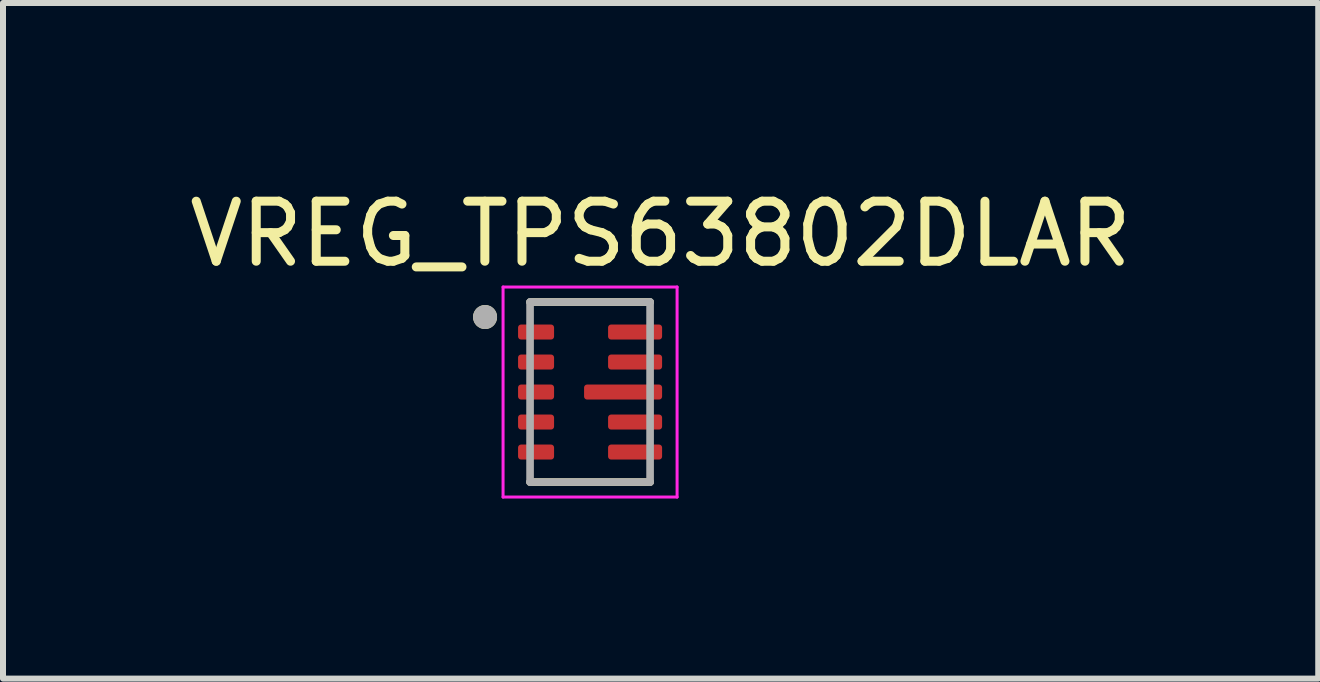
<source format=kicad_pcb>
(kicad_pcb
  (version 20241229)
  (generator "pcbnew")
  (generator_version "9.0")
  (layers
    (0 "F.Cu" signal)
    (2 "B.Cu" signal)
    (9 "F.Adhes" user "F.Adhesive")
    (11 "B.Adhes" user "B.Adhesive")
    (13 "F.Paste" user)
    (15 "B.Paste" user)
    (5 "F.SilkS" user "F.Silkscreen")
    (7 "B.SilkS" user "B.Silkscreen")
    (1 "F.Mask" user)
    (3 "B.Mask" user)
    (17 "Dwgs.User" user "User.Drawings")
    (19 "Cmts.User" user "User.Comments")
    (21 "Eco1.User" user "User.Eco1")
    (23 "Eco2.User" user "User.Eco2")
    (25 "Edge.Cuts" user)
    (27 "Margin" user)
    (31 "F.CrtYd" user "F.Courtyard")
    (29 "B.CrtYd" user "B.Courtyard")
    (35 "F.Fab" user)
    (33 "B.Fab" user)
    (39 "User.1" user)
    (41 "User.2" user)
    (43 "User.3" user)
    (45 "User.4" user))
  (footprint "VREG_TPS63802DLAR"
    (layer "F.Cu")
    (at 6.783 3.483)
    (property "Reference" "VREG_TPS63802DLAR" (at 1.175 -2.635 0) (layer "F.SilkS") (effects (font (size 1 1) (thickness 0.15))))
    (attr smd)
    (fp_poly (pts (xy -0.53 -1.075) (xy -0.53 -0.925) (xy -0.53 -0.919) (xy -0.531 -0.912) (xy -0.531 -0.906) (xy -0.533 -0.9) (xy -0.534 -0.894) (xy -0.536 -0.888) (xy -0.538 -0.882) (xy -0.54 -0.876) (xy -0.543 -0.871) (xy -0.546 -0.865) (xy -0.549 -0.86) (xy -0.553 -0.854) (xy -0.557 -0.849) (xy -0.561 -0.845) (xy -0.565 -0.84) (xy -0.57 -0.836) (xy -0.574 -0.832) (xy -0.579 -0.828) (xy -0.585 -0.824) (xy -0.59 -0.821) (xy -0.596 -0.818) (xy -0.601 -0.815) (xy -0.607 -0.813) (xy -0.613 -0.811) (xy -0.619 -0.809) (xy -0.625 -0.808) (xy -0.631 -0.806) (xy -0.637 -0.806) (xy -0.644 -0.805) (xy -0.65 -0.805) (xy -1.15 -0.805) (xy -1.156 -0.805) (xy -1.163 -0.806) (xy -1.169 -0.806) (xy -1.175 -0.808) (xy -1.181 -0.809) (xy -1.187 -0.811) (xy -1.193 -0.813) (xy -1.199 -0.815) (xy -1.204 -0.818) (xy -1.21 -0.821) (xy -1.215 -0.824) (xy -1.221 -0.828) (xy -1.226 -0.832) (xy -1.23 -0.836) (xy -1.235 -0.84) (xy -1.239 -0.845) (xy -1.243 -0.849) (xy -1.247 -0.854) (xy -1.251 -0.86) (xy -1.254 -0.865) (xy -1.257 -0.871) (xy -1.26 -0.876) (xy -1.262 -0.882) (xy -1.264 -0.888) (xy -1.266 -0.894) (xy -1.267 -0.9) (xy -1.269 -0.906) (xy -1.269 -0.912) (xy -1.27 -0.919) (xy -1.27 -0.925) (xy -1.27 -1.075) (xy -1.27 -1.081) (xy -1.269 -1.088) (xy -1.269 -1.094) (xy -1.267 -1.1) (xy -1.266 -1.106) (xy -1.264 -1.112) (xy -1.262 -1.118) (xy -1.26 -1.124) (xy -1.257 -1.129) (xy -1.254 -1.135) (xy -1.251 -1.14) (xy -1.247 -1.146) (xy -1.243 -1.151) (xy -1.239 -1.155) (xy -1.235 -1.16) (xy -1.23 -1.164) (xy -1.226 -1.168) (xy -1.221 -1.172) (xy -1.215 -1.176) (xy -1.21 -1.179) (xy -1.204 -1.182) (xy -1.199 -1.185) (xy -1.193 -1.187) (xy -1.187 -1.189) (xy -1.181 -1.191) (xy -1.175 -1.192) (xy -1.169 -1.194) (xy -1.163 -1.194) (xy -1.156 -1.195) (xy -1.15 -1.195) (xy -0.65 -1.195) (xy -0.644 -1.195) (xy -0.637 -1.194) (xy -0.631 -1.194) (xy -0.625 -1.192) (xy -0.619 -1.191) (xy -0.613 -1.189) (xy -0.607 -1.187) (xy -0.601 -1.185) (xy -0.596 -1.182) (xy -0.59 -1.179) (xy -0.585 -1.176) (xy -0.579 -1.172) (xy -0.574 -1.168) (xy -0.57 -1.164) (xy -0.565 -1.16) (xy -0.561 -1.155) (xy -0.557 -1.151) (xy -0.553 -1.146) (xy -0.549 -1.14) (xy -0.546 -1.135) (xy -0.543 -1.129) (xy -0.54 -1.124) (xy -0.538 -1.118) (xy -0.536 -1.112) (xy -0.534 -1.106) (xy -0.533 -1.1) (xy -0.531 -1.094) (xy -0.531 -1.088) (xy -0.53 -1.081) (xy -0.53 -1.075)) (stroke (width 0.01) (type solid)) (fill yes) (layer "F.Mask"))
    (fp_poly (pts (xy -0.53 -0.575) (xy -0.53 -0.425) (xy -0.53 -0.419) (xy -0.531 -0.412) (xy -0.531 -0.406) (xy -0.533 -0.4) (xy -0.534 -0.394) (xy -0.536 -0.388) (xy -0.538 -0.382) (xy -0.54 -0.376) (xy -0.543 -0.371) (xy -0.546 -0.365) (xy -0.549 -0.36) (xy -0.553 -0.354) (xy -0.557 -0.349) (xy -0.561 -0.345) (xy -0.565 -0.34) (xy -0.57 -0.336) (xy -0.574 -0.332) (xy -0.579 -0.328) (xy -0.585 -0.324) (xy -0.59 -0.321) (xy -0.596 -0.318) (xy -0.601 -0.315) (xy -0.607 -0.313) (xy -0.613 -0.311) (xy -0.619 -0.309) (xy -0.625 -0.308) (xy -0.631 -0.306) (xy -0.637 -0.306) (xy -0.644 -0.305) (xy -0.65 -0.305) (xy -1.15 -0.305) (xy -1.156 -0.305) (xy -1.163 -0.306) (xy -1.169 -0.306) (xy -1.175 -0.308) (xy -1.181 -0.309) (xy -1.187 -0.311) (xy -1.193 -0.313) (xy -1.199 -0.315) (xy -1.204 -0.318) (xy -1.21 -0.321) (xy -1.215 -0.324) (xy -1.221 -0.328) (xy -1.226 -0.332) (xy -1.23 -0.336) (xy -1.235 -0.34) (xy -1.239 -0.345) (xy -1.243 -0.349) (xy -1.247 -0.354) (xy -1.251 -0.36) (xy -1.254 -0.365) (xy -1.257 -0.371) (xy -1.26 -0.376) (xy -1.262 -0.382) (xy -1.264 -0.388) (xy -1.266 -0.394) (xy -1.267 -0.4) (xy -1.269 -0.406) (xy -1.269 -0.412) (xy -1.27 -0.419) (xy -1.27 -0.425) (xy -1.27 -0.575) (xy -1.27 -0.581) (xy -1.269 -0.588) (xy -1.269 -0.594) (xy -1.267 -0.6) (xy -1.266 -0.606) (xy -1.264 -0.612) (xy -1.262 -0.618) (xy -1.26 -0.624) (xy -1.257 -0.629) (xy -1.254 -0.635) (xy -1.251 -0.64) (xy -1.247 -0.646) (xy -1.243 -0.651) (xy -1.239 -0.655) (xy -1.235 -0.66) (xy -1.23 -0.664) (xy -1.226 -0.668) (xy -1.221 -0.672) (xy -1.215 -0.676) (xy -1.21 -0.679) (xy -1.204 -0.682) (xy -1.199 -0.685) (xy -1.193 -0.687) (xy -1.187 -0.689) (xy -1.181 -0.691) (xy -1.175 -0.692) (xy -1.169 -0.694) (xy -1.163 -0.694) (xy -1.156 -0.695) (xy -1.15 -0.695) (xy -0.65 -0.695) (xy -0.644 -0.695) (xy -0.637 -0.694) (xy -0.631 -0.694) (xy -0.625 -0.692) (xy -0.619 -0.691) (xy -0.613 -0.689) (xy -0.607 -0.687) (xy -0.601 -0.685) (xy -0.596 -0.682) (xy -0.59 -0.679) (xy -0.585 -0.676) (xy -0.579 -0.672) (xy -0.574 -0.668) (xy -0.57 -0.664) (xy -0.565 -0.66) (xy -0.561 -0.655) (xy -0.557 -0.651) (xy -0.553 -0.646) (xy -0.549 -0.64) (xy -0.546 -0.635) (xy -0.543 -0.629) (xy -0.54 -0.624) (xy -0.538 -0.618) (xy -0.536 -0.612) (xy -0.534 -0.606) (xy -0.533 -0.6) (xy -0.531 -0.594) (xy -0.531 -0.588) (xy -0.53 -0.581) (xy -0.53 -0.575)) (stroke (width 0.01) (type solid)) (fill yes) (layer "F.Mask"))
    (fp_poly (pts (xy -0.53 -0.075) (xy -0.53 0.075) (xy -0.53 0.081) (xy -0.531 0.088) (xy -0.531 0.094) (xy -0.533 0.1) (xy -0.534 0.106) (xy -0.536 0.112) (xy -0.538 0.118) (xy -0.54 0.124) (xy -0.543 0.129) (xy -0.546 0.135) (xy -0.549 0.14) (xy -0.553 0.146) (xy -0.557 0.151) (xy -0.561 0.155) (xy -0.565 0.16) (xy -0.57 0.164) (xy -0.574 0.168) (xy -0.579 0.172) (xy -0.585 0.176) (xy -0.59 0.179) (xy -0.596 0.182) (xy -0.601 0.185) (xy -0.607 0.187) (xy -0.613 0.189) (xy -0.619 0.191) (xy -0.625 0.192) (xy -0.631 0.194) (xy -0.637 0.194) (xy -0.644 0.195) (xy -0.65 0.195) (xy -1.15 0.195) (xy -1.156 0.195) (xy -1.163 0.194) (xy -1.169 0.194) (xy -1.175 0.192) (xy -1.181 0.191) (xy -1.187 0.189) (xy -1.193 0.187) (xy -1.199 0.185) (xy -1.204 0.182) (xy -1.21 0.179) (xy -1.215 0.176) (xy -1.221 0.172) (xy -1.226 0.168) (xy -1.23 0.164) (xy -1.235 0.16) (xy -1.239 0.155) (xy -1.243 0.151) (xy -1.247 0.146) (xy -1.251 0.14) (xy -1.254 0.135) (xy -1.257 0.129) (xy -1.26 0.124) (xy -1.262 0.118) (xy -1.264 0.112) (xy -1.266 0.106) (xy -1.267 0.1) (xy -1.269 0.094) (xy -1.269 0.088) (xy -1.27 0.081) (xy -1.27 0.075) (xy -1.27 -0.075) (xy -1.27 -0.081) (xy -1.269 -0.088) (xy -1.269 -0.094) (xy -1.267 -0.1) (xy -1.266 -0.106) (xy -1.264 -0.112) (xy -1.262 -0.118) (xy -1.26 -0.124) (xy -1.257 -0.129) (xy -1.254 -0.135) (xy -1.251 -0.14) (xy -1.247 -0.146) (xy -1.243 -0.151) (xy -1.239 -0.155) (xy -1.235 -0.16) (xy -1.23 -0.164) (xy -1.226 -0.168) (xy -1.221 -0.172) (xy -1.215 -0.176) (xy -1.21 -0.179) (xy -1.204 -0.182) (xy -1.199 -0.185) (xy -1.193 -0.187) (xy -1.187 -0.189) (xy -1.181 -0.191) (xy -1.175 -0.192) (xy -1.169 -0.194) (xy -1.163 -0.194) (xy -1.156 -0.195) (xy -1.15 -0.195) (xy -0.65 -0.195) (xy -0.644 -0.195) (xy -0.637 -0.194) (xy -0.631 -0.194) (xy -0.625 -0.192) (xy -0.619 -0.191) (xy -0.613 -0.189) (xy -0.607 -0.187) (xy -0.601 -0.185) (xy -0.596 -0.182) (xy -0.59 -0.179) (xy -0.585 -0.176) (xy -0.579 -0.172) (xy -0.574 -0.168) (xy -0.57 -0.164) (xy -0.565 -0.16) (xy -0.561 -0.155) (xy -0.557 -0.151) (xy -0.553 -0.146) (xy -0.549 -0.14) (xy -0.546 -0.135) (xy -0.543 -0.129) (xy -0.54 -0.124) (xy -0.538 -0.118) (xy -0.536 -0.112) (xy -0.534 -0.106) (xy -0.533 -0.1) (xy -0.531 -0.094) (xy -0.531 -0.088) (xy -0.53 -0.081) (xy -0.53 -0.075)) (stroke (width 0.01) (type solid)) (fill yes) (layer "F.Mask"))
    (fp_poly (pts (xy -0.53 0.425) (xy -0.53 0.575) (xy -0.53 0.581) (xy -0.531 0.588) (xy -0.531 0.594) (xy -0.533 0.6) (xy -0.534 0.606) (xy -0.536 0.612) (xy -0.538 0.618) (xy -0.54 0.624) (xy -0.543 0.629) (xy -0.546 0.635) (xy -0.549 0.64) (xy -0.553 0.646) (xy -0.557 0.651) (xy -0.561 0.655) (xy -0.565 0.66) (xy -0.57 0.664) (xy -0.574 0.668) (xy -0.579 0.672) (xy -0.585 0.676) (xy -0.59 0.679) (xy -0.596 0.682) (xy -0.601 0.685) (xy -0.607 0.687) (xy -0.613 0.689) (xy -0.619 0.691) (xy -0.625 0.692) (xy -0.631 0.694) (xy -0.637 0.694) (xy -0.644 0.695) (xy -0.65 0.695) (xy -1.15 0.695) (xy -1.156 0.695) (xy -1.163 0.694) (xy -1.169 0.694) (xy -1.175 0.692) (xy -1.181 0.691) (xy -1.187 0.689) (xy -1.193 0.687) (xy -1.199 0.685) (xy -1.204 0.682) (xy -1.21 0.679) (xy -1.215 0.676) (xy -1.221 0.672) (xy -1.226 0.668) (xy -1.23 0.664) (xy -1.235 0.66) (xy -1.239 0.655) (xy -1.243 0.651) (xy -1.247 0.646) (xy -1.251 0.64) (xy -1.254 0.635) (xy -1.257 0.629) (xy -1.26 0.624) (xy -1.262 0.618) (xy -1.264 0.612) (xy -1.266 0.606) (xy -1.267 0.6) (xy -1.269 0.594) (xy -1.269 0.588) (xy -1.27 0.581) (xy -1.27 0.575) (xy -1.27 0.425) (xy -1.27 0.419) (xy -1.269 0.412) (xy -1.269 0.406) (xy -1.267 0.4) (xy -1.266 0.394) (xy -1.264 0.388) (xy -1.262 0.382) (xy -1.26 0.376) (xy -1.257 0.371) (xy -1.254 0.365) (xy -1.251 0.36) (xy -1.247 0.354) (xy -1.243 0.349) (xy -1.239 0.345) (xy -1.235 0.34) (xy -1.23 0.336) (xy -1.226 0.332) (xy -1.221 0.328) (xy -1.215 0.324) (xy -1.21 0.321) (xy -1.204 0.318) (xy -1.199 0.315) (xy -1.193 0.313) (xy -1.187 0.311) (xy -1.181 0.309) (xy -1.175 0.308) (xy -1.169 0.306) (xy -1.163 0.306) (xy -1.156 0.305) (xy -1.15 0.305) (xy -0.65 0.305) (xy -0.644 0.305) (xy -0.637 0.306) (xy -0.631 0.306) (xy -0.625 0.308) (xy -0.619 0.309) (xy -0.613 0.311) (xy -0.607 0.313) (xy -0.601 0.315) (xy -0.596 0.318) (xy -0.59 0.321) (xy -0.585 0.324) (xy -0.579 0.328) (xy -0.574 0.332) (xy -0.57 0.336) (xy -0.565 0.34) (xy -0.561 0.345) (xy -0.557 0.349) (xy -0.553 0.354) (xy -0.549 0.36) (xy -0.546 0.365) (xy -0.543 0.371) (xy -0.54 0.376) (xy -0.538 0.382) (xy -0.536 0.388) (xy -0.534 0.394) (xy -0.533 0.4) (xy -0.531 0.406) (xy -0.531 0.412) (xy -0.53 0.419) (xy -0.53 0.425)) (stroke (width 0.01) (type solid)) (fill yes) (layer "F.Mask"))
    (fp_poly (pts (xy -0.53 0.925) (xy -0.53 1.075) (xy -0.53 1.081) (xy -0.531 1.088) (xy -0.531 1.094) (xy -0.533 1.1) (xy -0.534 1.106) (xy -0.536 1.112) (xy -0.538 1.118) (xy -0.54 1.124) (xy -0.543 1.129) (xy -0.546 1.135) (xy -0.549 1.14) (xy -0.553 1.146) (xy -0.557 1.151) (xy -0.561 1.155) (xy -0.565 1.16) (xy -0.57 1.164) (xy -0.574 1.168) (xy -0.579 1.172) (xy -0.585 1.176) (xy -0.59 1.179) (xy -0.596 1.182) (xy -0.601 1.185) (xy -0.607 1.187) (xy -0.613 1.189) (xy -0.619 1.191) (xy -0.625 1.192) (xy -0.631 1.194) (xy -0.637 1.194) (xy -0.644 1.195) (xy -0.65 1.195) (xy -1.15 1.195) (xy -1.156 1.195) (xy -1.163 1.194) (xy -1.169 1.194) (xy -1.175 1.192) (xy -1.181 1.191) (xy -1.187 1.189) (xy -1.193 1.187) (xy -1.199 1.185) (xy -1.204 1.182) (xy -1.21 1.179) (xy -1.215 1.176) (xy -1.221 1.172) (xy -1.226 1.168) (xy -1.23 1.164) (xy -1.235 1.16) (xy -1.239 1.155) (xy -1.243 1.151) (xy -1.247 1.146) (xy -1.251 1.14) (xy -1.254 1.135) (xy -1.257 1.129) (xy -1.26 1.124) (xy -1.262 1.118) (xy -1.264 1.112) (xy -1.266 1.106) (xy -1.267 1.1) (xy -1.269 1.094) (xy -1.269 1.088) (xy -1.27 1.081) (xy -1.27 1.075) (xy -1.27 0.925) (xy -1.27 0.919) (xy -1.269 0.912) (xy -1.269 0.906) (xy -1.267 0.9) (xy -1.266 0.894) (xy -1.264 0.888) (xy -1.262 0.882) (xy -1.26 0.876) (xy -1.257 0.871) (xy -1.254 0.865) (xy -1.251 0.86) (xy -1.247 0.854) (xy -1.243 0.849) (xy -1.239 0.845) (xy -1.235 0.84) (xy -1.23 0.836) (xy -1.226 0.832) (xy -1.221 0.828) (xy -1.215 0.824) (xy -1.21 0.821) (xy -1.204 0.818) (xy -1.199 0.815) (xy -1.193 0.813) (xy -1.187 0.811) (xy -1.181 0.809) (xy -1.175 0.808) (xy -1.169 0.806) (xy -1.163 0.806) (xy -1.156 0.805) (xy -1.15 0.805) (xy -0.65 0.805) (xy -0.644 0.805) (xy -0.637 0.806) (xy -0.631 0.806) (xy -0.625 0.808) (xy -0.619 0.809) (xy -0.613 0.811) (xy -0.607 0.813) (xy -0.601 0.815) (xy -0.596 0.818) (xy -0.59 0.821) (xy -0.585 0.824) (xy -0.579 0.828) (xy -0.574 0.832) (xy -0.57 0.836) (xy -0.565 0.84) (xy -0.561 0.845) (xy -0.557 0.849) (xy -0.553 0.854) (xy -0.549 0.86) (xy -0.546 0.865) (xy -0.543 0.871) (xy -0.54 0.876) (xy -0.538 0.882) (xy -0.536 0.888) (xy -0.534 0.894) (xy -0.533 0.9) (xy -0.531 0.906) (xy -0.531 0.912) (xy -0.53 0.919) (xy -0.53 0.925)) (stroke (width 0.01) (type solid)) (fill yes) (layer "F.Mask"))
    (fp_poly (pts (xy 1.27 -1.075) (xy 1.27 -0.925) (xy 1.27 -0.919) (xy 1.269 -0.912) (xy 1.269 -0.906) (xy 1.267 -0.9) (xy 1.266 -0.894) (xy 1.264 -0.888) (xy 1.262 -0.882) (xy 1.26 -0.876) (xy 1.257 -0.871) (xy 1.254 -0.865) (xy 1.251 -0.86) (xy 1.247 -0.854) (xy 1.243 -0.849) (xy 1.239 -0.845) (xy 1.235 -0.84) (xy 1.23 -0.836) (xy 1.226 -0.832) (xy 1.221 -0.828) (xy 1.215 -0.824) (xy 1.21 -0.821) (xy 1.204 -0.818) (xy 1.199 -0.815) (xy 1.193 -0.813) (xy 1.187 -0.811) (xy 1.181 -0.809) (xy 1.175 -0.808) (xy 1.169 -0.806) (xy 1.163 -0.806) (xy 1.156 -0.805) (xy 1.15 -0.805) (xy 0.35 -0.805) (xy 0.344 -0.805) (xy 0.337 -0.806) (xy 0.331 -0.806) (xy 0.325 -0.808) (xy 0.319 -0.809) (xy 0.313 -0.811) (xy 0.307 -0.813) (xy 0.301 -0.815) (xy 0.296 -0.818) (xy 0.29 -0.821) (xy 0.285 -0.824) (xy 0.279 -0.828) (xy 0.274 -0.832) (xy 0.27 -0.836) (xy 0.265 -0.84) (xy 0.261 -0.845) (xy 0.257 -0.849) (xy 0.253 -0.854) (xy 0.249 -0.86) (xy 0.246 -0.865) (xy 0.243 -0.871) (xy 0.24 -0.876) (xy 0.238 -0.882) (xy 0.236 -0.888) (xy 0.234 -0.894) (xy 0.233 -0.9) (xy 0.231 -0.906) (xy 0.231 -0.912) (xy 0.23 -0.919) (xy 0.23 -0.925) (xy 0.23 -1.075) (xy 0.23 -1.081) (xy 0.231 -1.088) (xy 0.231 -1.094) (xy 0.233 -1.1) (xy 0.234 -1.106) (xy 0.236 -1.112) (xy 0.238 -1.118) (xy 0.24 -1.124) (xy 0.243 -1.129) (xy 0.246 -1.135) (xy 0.249 -1.14) (xy 0.253 -1.146) (xy 0.257 -1.151) (xy 0.261 -1.155) (xy 0.265 -1.16) (xy 0.27 -1.164) (xy 0.274 -1.168) (xy 0.279 -1.172) (xy 0.285 -1.176) (xy 0.29 -1.179) (xy 0.296 -1.182) (xy 0.301 -1.185) (xy 0.307 -1.187) (xy 0.313 -1.189) (xy 0.319 -1.191) (xy 0.325 -1.192) (xy 0.331 -1.194) (xy 0.337 -1.194) (xy 0.344 -1.195) (xy 0.35 -1.195) (xy 1.15 -1.195) (xy 1.156 -1.195) (xy 1.163 -1.194) (xy 1.169 -1.194) (xy 1.175 -1.192) (xy 1.181 -1.191) (xy 1.187 -1.189) (xy 1.193 -1.187) (xy 1.199 -1.185) (xy 1.204 -1.182) (xy 1.21 -1.179) (xy 1.215 -1.176) (xy 1.221 -1.172) (xy 1.226 -1.168) (xy 1.23 -1.164) (xy 1.235 -1.16) (xy 1.239 -1.155) (xy 1.243 -1.151) (xy 1.247 -1.146) (xy 1.251 -1.14) (xy 1.254 -1.135) (xy 1.257 -1.129) (xy 1.26 -1.124) (xy 1.262 -1.118) (xy 1.264 -1.112) (xy 1.266 -1.106) (xy 1.267 -1.1) (xy 1.269 -1.094) (xy 1.269 -1.088) (xy 1.27 -1.081) (xy 1.27 -1.075)) (stroke (width 0.01) (type solid)) (fill yes) (layer "F.Mask"))
    (fp_poly (pts (xy 1.27 -0.575) (xy 1.27 -0.425) (xy 1.27 -0.419) (xy 1.269 -0.412) (xy 1.269 -0.406) (xy 1.267 -0.4) (xy 1.266 -0.394) (xy 1.264 -0.388) (xy 1.262 -0.382) (xy 1.26 -0.376) (xy 1.257 -0.371) (xy 1.254 -0.365) (xy 1.251 -0.36) (xy 1.247 -0.354) (xy 1.243 -0.349) (xy 1.239 -0.345) (xy 1.235 -0.34) (xy 1.23 -0.336) (xy 1.226 -0.332) (xy 1.221 -0.328) (xy 1.215 -0.324) (xy 1.21 -0.321) (xy 1.204 -0.318) (xy 1.199 -0.315) (xy 1.193 -0.313) (xy 1.187 -0.311) (xy 1.181 -0.309) (xy 1.175 -0.308) (xy 1.169 -0.306) (xy 1.163 -0.306) (xy 1.156 -0.305) (xy 1.15 -0.305) (xy 0.35 -0.305) (xy 0.344 -0.305) (xy 0.337 -0.306) (xy 0.331 -0.306) (xy 0.325 -0.308) (xy 0.319 -0.309) (xy 0.313 -0.311) (xy 0.307 -0.313) (xy 0.301 -0.315) (xy 0.296 -0.318) (xy 0.29 -0.321) (xy 0.285 -0.324) (xy 0.279 -0.328) (xy 0.274 -0.332) (xy 0.27 -0.336) (xy 0.265 -0.34) (xy 0.261 -0.345) (xy 0.257 -0.349) (xy 0.253 -0.354) (xy 0.249 -0.36) (xy 0.246 -0.365) (xy 0.243 -0.371) (xy 0.24 -0.376) (xy 0.238 -0.382) (xy 0.236 -0.388) (xy 0.234 -0.394) (xy 0.233 -0.4) (xy 0.231 -0.406) (xy 0.231 -0.412) (xy 0.23 -0.419) (xy 0.23 -0.425) (xy 0.23 -0.575) (xy 0.23 -0.581) (xy 0.231 -0.588) (xy 0.231 -0.594) (xy 0.233 -0.6) (xy 0.234 -0.606) (xy 0.236 -0.612) (xy 0.238 -0.618) (xy 0.24 -0.624) (xy 0.243 -0.629) (xy 0.246 -0.635) (xy 0.249 -0.64) (xy 0.253 -0.646) (xy 0.257 -0.651) (xy 0.261 -0.655) (xy 0.265 -0.66) (xy 0.27 -0.664) (xy 0.274 -0.668) (xy 0.279 -0.672) (xy 0.285 -0.676) (xy 0.29 -0.679) (xy 0.296 -0.682) (xy 0.301 -0.685) (xy 0.307 -0.687) (xy 0.313 -0.689) (xy 0.319 -0.691) (xy 0.325 -0.692) (xy 0.331 -0.694) (xy 0.337 -0.694) (xy 0.344 -0.695) (xy 0.35 -0.695) (xy 1.15 -0.695) (xy 1.156 -0.695) (xy 1.163 -0.694) (xy 1.169 -0.694) (xy 1.175 -0.692) (xy 1.181 -0.691) (xy 1.187 -0.689) (xy 1.193 -0.687) (xy 1.199 -0.685) (xy 1.204 -0.682) (xy 1.21 -0.679) (xy 1.215 -0.676) (xy 1.221 -0.672) (xy 1.226 -0.668) (xy 1.23 -0.664) (xy 1.235 -0.66) (xy 1.239 -0.655) (xy 1.243 -0.651) (xy 1.247 -0.646) (xy 1.251 -0.64) (xy 1.254 -0.635) (xy 1.257 -0.629) (xy 1.26 -0.624) (xy 1.262 -0.618) (xy 1.264 -0.612) (xy 1.266 -0.606) (xy 1.267 -0.6) (xy 1.269 -0.594) (xy 1.269 -0.588) (xy 1.27 -0.581) (xy 1.27 -0.575)) (stroke (width 0.01) (type solid)) (fill yes) (layer "F.Mask"))
    (fp_poly (pts (xy 1.27 -0.075) (xy 1.27 0.075) (xy 1.27 0.081) (xy 1.269 0.088) (xy 1.269 0.094) (xy 1.267 0.1) (xy 1.266 0.106) (xy 1.264 0.112) (xy 1.262 0.118) (xy 1.26 0.124) (xy 1.257 0.129) (xy 1.254 0.135) (xy 1.251 0.14) (xy 1.247 0.146) (xy 1.243 0.151) (xy 1.239 0.155) (xy 1.235 0.16) (xy 1.23 0.164) (xy 1.226 0.168) (xy 1.221 0.172) (xy 1.215 0.176) (xy 1.21 0.179) (xy 1.204 0.182) (xy 1.199 0.185) (xy 1.193 0.187) (xy 1.187 0.189) (xy 1.181 0.191) (xy 1.175 0.192) (xy 1.169 0.194) (xy 1.163 0.194) (xy 1.156 0.195) (xy 1.15 0.195) (xy -0.05 0.195) (xy -0.056 0.195) (xy -0.063 0.194) (xy -0.069 0.194) (xy -0.075 0.192) (xy -0.081 0.191) (xy -0.087 0.189) (xy -0.093 0.187) (xy -0.099 0.185) (xy -0.104 0.182) (xy -0.11 0.179) (xy -0.115 0.176) (xy -0.121 0.172) (xy -0.126 0.168) (xy -0.13 0.164) (xy -0.135 0.16) (xy -0.139 0.155) (xy -0.143 0.151) (xy -0.147 0.146) (xy -0.151 0.14) (xy -0.154 0.135) (xy -0.157 0.129) (xy -0.16 0.124) (xy -0.162 0.118) (xy -0.164 0.112) (xy -0.166 0.106) (xy -0.167 0.1) (xy -0.169 0.094) (xy -0.169 0.088) (xy -0.17 0.081) (xy -0.17 0.075) (xy -0.17 -0.075) (xy -0.17 -0.081) (xy -0.169 -0.088) (xy -0.169 -0.094) (xy -0.167 -0.1) (xy -0.166 -0.106) (xy -0.164 -0.112) (xy -0.162 -0.118) (xy -0.16 -0.124) (xy -0.157 -0.129) (xy -0.154 -0.135) (xy -0.151 -0.14) (xy -0.147 -0.146) (xy -0.143 -0.151) (xy -0.139 -0.155) (xy -0.135 -0.16) (xy -0.13 -0.164) (xy -0.126 -0.168) (xy -0.121 -0.172) (xy -0.115 -0.176) (xy -0.11 -0.179) (xy -0.104 -0.182) (xy -0.099 -0.185) (xy -0.093 -0.187) (xy -0.087 -0.189) (xy -0.081 -0.191) (xy -0.075 -0.192) (xy -0.069 -0.194) (xy -0.063 -0.194) (xy -0.056 -0.195) (xy -0.05 -0.195) (xy 1.15 -0.195) (xy 1.156 -0.195) (xy 1.163 -0.194) (xy 1.169 -0.194) (xy 1.175 -0.192) (xy 1.181 -0.191) (xy 1.187 -0.189) (xy 1.193 -0.187) (xy 1.199 -0.185) (xy 1.204 -0.182) (xy 1.21 -0.179) (xy 1.215 -0.176) (xy 1.221 -0.172) (xy 1.226 -0.168) (xy 1.23 -0.164) (xy 1.235 -0.16) (xy 1.239 -0.155) (xy 1.243 -0.151) (xy 1.247 -0.146) (xy 1.251 -0.14) (xy 1.254 -0.135) (xy 1.257 -0.129) (xy 1.26 -0.124) (xy 1.262 -0.118) (xy 1.264 -0.112) (xy 1.266 -0.106) (xy 1.267 -0.1) (xy 1.269 -0.094) (xy 1.269 -0.088) (xy 1.27 -0.081) (xy 1.27 -0.075)) (stroke (width 0.01) (type solid)) (fill yes) (layer "F.Mask"))
    (fp_poly (pts (xy 1.27 0.425) (xy 1.27 0.575) (xy 1.27 0.581) (xy 1.269 0.588) (xy 1.269 0.594) (xy 1.267 0.6) (xy 1.266 0.606) (xy 1.264 0.612) (xy 1.262 0.618) (xy 1.26 0.624) (xy 1.257 0.629) (xy 1.254 0.635) (xy 1.251 0.64) (xy 1.247 0.646) (xy 1.243 0.651) (xy 1.239 0.655) (xy 1.235 0.66) (xy 1.23 0.664) (xy 1.226 0.668) (xy 1.221 0.672) (xy 1.215 0.676) (xy 1.21 0.679) (xy 1.204 0.682) (xy 1.199 0.685) (xy 1.193 0.687) (xy 1.187 0.689) (xy 1.181 0.691) (xy 1.175 0.692) (xy 1.169 0.694) (xy 1.163 0.694) (xy 1.156 0.695) (xy 1.15 0.695) (xy 0.35 0.695) (xy 0.344 0.695) (xy 0.337 0.694) (xy 0.331 0.694) (xy 0.325 0.692) (xy 0.319 0.691) (xy 0.313 0.689) (xy 0.307 0.687) (xy 0.301 0.685) (xy 0.296 0.682) (xy 0.29 0.679) (xy 0.285 0.676) (xy 0.279 0.672) (xy 0.274 0.668) (xy 0.27 0.664) (xy 0.265 0.66) (xy 0.261 0.655) (xy 0.257 0.651) (xy 0.253 0.646) (xy 0.249 0.64) (xy 0.246 0.635) (xy 0.243 0.629) (xy 0.24 0.624) (xy 0.238 0.618) (xy 0.236 0.612) (xy 0.234 0.606) (xy 0.233 0.6) (xy 0.231 0.594) (xy 0.231 0.588) (xy 0.23 0.581) (xy 0.23 0.575) (xy 0.23 0.425) (xy 0.23 0.419) (xy 0.231 0.412) (xy 0.231 0.406) (xy 0.233 0.4) (xy 0.234 0.394) (xy 0.236 0.388) (xy 0.238 0.382) (xy 0.24 0.376) (xy 0.243 0.371) (xy 0.246 0.365) (xy 0.249 0.36) (xy 0.253 0.354) (xy 0.257 0.349) (xy 0.261 0.345) (xy 0.265 0.34) (xy 0.27 0.336) (xy 0.274 0.332) (xy 0.279 0.328) (xy 0.285 0.324) (xy 0.29 0.321) (xy 0.296 0.318) (xy 0.301 0.315) (xy 0.307 0.313) (xy 0.313 0.311) (xy 0.319 0.309) (xy 0.325 0.308) (xy 0.331 0.306) (xy 0.337 0.306) (xy 0.344 0.305) (xy 0.35 0.305) (xy 1.15 0.305) (xy 1.156 0.305) (xy 1.163 0.306) (xy 1.169 0.306) (xy 1.175 0.308) (xy 1.181 0.309) (xy 1.187 0.311) (xy 1.193 0.313) (xy 1.199 0.315) (xy 1.204 0.318) (xy 1.21 0.321) (xy 1.215 0.324) (xy 1.221 0.328) (xy 1.226 0.332) (xy 1.23 0.336) (xy 1.235 0.34) (xy 1.239 0.345) (xy 1.243 0.349) (xy 1.247 0.354) (xy 1.251 0.36) (xy 1.254 0.365) (xy 1.257 0.371) (xy 1.26 0.376) (xy 1.262 0.382) (xy 1.264 0.388) (xy 1.266 0.394) (xy 1.267 0.4) (xy 1.269 0.406) (xy 1.269 0.412) (xy 1.27 0.419) (xy 1.27 0.425)) (stroke (width 0.01) (type solid)) (fill yes) (layer "F.Mask"))
    (fp_poly (pts (xy 1.27 0.925) (xy 1.27 1.075) (xy 1.27 1.081) (xy 1.269 1.088) (xy 1.269 1.094) (xy 1.267 1.1) (xy 1.266 1.106) (xy 1.264 1.112) (xy 1.262 1.118) (xy 1.26 1.124) (xy 1.257 1.129) (xy 1.254 1.135) (xy 1.251 1.14) (xy 1.247 1.146) (xy 1.243 1.151) (xy 1.239 1.155) (xy 1.235 1.16) (xy 1.23 1.164) (xy 1.226 1.168) (xy 1.221 1.172) (xy 1.215 1.176) (xy 1.21 1.179) (xy 1.204 1.182) (xy 1.199 1.185) (xy 1.193 1.187) (xy 1.187 1.189) (xy 1.181 1.191) (xy 1.175 1.192) (xy 1.169 1.194) (xy 1.163 1.194) (xy 1.156 1.195) (xy 1.15 1.195) (xy 0.35 1.195) (xy 0.344 1.195) (xy 0.337 1.194) (xy 0.331 1.194) (xy 0.325 1.192) (xy 0.319 1.191) (xy 0.313 1.189) (xy 0.307 1.187) (xy 0.301 1.185) (xy 0.296 1.182) (xy 0.29 1.179) (xy 0.285 1.176) (xy 0.279 1.172) (xy 0.274 1.168) (xy 0.27 1.164) (xy 0.265 1.16) (xy 0.261 1.155) (xy 0.257 1.151) (xy 0.253 1.146) (xy 0.249 1.14) (xy 0.246 1.135) (xy 0.243 1.129) (xy 0.24 1.124) (xy 0.238 1.118) (xy 0.236 1.112) (xy 0.234 1.106) (xy 0.233 1.1) (xy 0.231 1.094) (xy 0.231 1.088) (xy 0.23 1.081) (xy 0.23 1.075) (xy 0.23 0.925) (xy 0.23 0.919) (xy 0.231 0.912) (xy 0.231 0.906) (xy 0.233 0.9) (xy 0.234 0.894) (xy 0.236 0.888) (xy 0.238 0.882) (xy 0.24 0.876) (xy 0.243 0.871) (xy 0.246 0.865) (xy 0.249 0.86) (xy 0.253 0.854) (xy 0.257 0.849) (xy 0.261 0.845) (xy 0.265 0.84) (xy 0.27 0.836) (xy 0.274 0.832) (xy 0.279 0.828) (xy 0.285 0.824) (xy 0.29 0.821) (xy 0.296 0.818) (xy 0.301 0.815) (xy 0.307 0.813) (xy 0.313 0.811) (xy 0.319 0.809) (xy 0.325 0.808) (xy 0.331 0.806) (xy 0.337 0.806) (xy 0.344 0.805) (xy 0.35 0.805) (xy 1.15 0.805) (xy 1.156 0.805) (xy 1.163 0.806) (xy 1.169 0.806) (xy 1.175 0.808) (xy 1.181 0.809) (xy 1.187 0.811) (xy 1.193 0.813) (xy 1.199 0.815) (xy 1.204 0.818) (xy 1.21 0.821) (xy 1.215 0.824) (xy 1.221 0.828) (xy 1.226 0.832) (xy 1.23 0.836) (xy 1.235 0.84) (xy 1.239 0.845) (xy 1.243 0.849) (xy 1.247 0.854) (xy 1.251 0.86) (xy 1.254 0.865) (xy 1.257 0.871) (xy 1.26 0.876) (xy 1.262 0.882) (xy 1.264 0.888) (xy 1.266 0.894) (xy 1.267 0.9) (xy 1.269 0.906) (xy 1.269 0.912) (xy 1.27 0.919) (xy 1.27 0.925)) (stroke (width 0.01) (type solid)) (fill yes) (layer "F.Mask"))
    (fp_line (start -1 -1.5) (end 1 -1.5) (stroke (width 0.127) (type solid)) (layer "F.SilkS"))
    (fp_line (start -1 1.5) (end 1 1.5) (stroke (width 0.127) (type solid)) (layer "F.SilkS"))
    (fp_circle (center -1.75 -1.25) (end -1.65 -1.25) (stroke (width 0.2) (type solid)) (fill no) (layer "F.SilkS"))
    (fp_poly (pts (xy 0.4 0.125) (xy -0.05 0.125) (xy -0.053 0.125) (xy -0.055 0.125) (xy -0.058 0.124) (xy -0.06 0.124) (xy -0.063 0.123) (xy -0.065 0.123) (xy -0.068 0.122) (xy -0.07 0.121) (xy -0.073 0.12) (xy -0.075 0.118) (xy -0.077 0.117) (xy -0.079 0.115) (xy -0.081 0.114) (xy -0.083 0.112) (xy -0.085 0.11) (xy -0.087 0.108) (xy -0.089 0.106) (xy -0.09 0.104) (xy -0.092 0.102) (xy -0.093 0.1) (xy -0.095 0.098) (xy -0.096 0.095) (xy -0.097 0.093) (xy -0.098 0.09) (xy -0.098 0.088) (xy -0.099 0.085) (xy -0.099 0.083) (xy -0.1 0.08) (xy -0.1 0.078) (xy -0.1 0.075) (xy -0.1 -0.075) (xy -0.1 -0.078) (xy -0.1 -0.08) (xy -0.099 -0.083) (xy -0.099 -0.085) (xy -0.098 -0.088) (xy -0.098 -0.09) (xy -0.097 -0.093) (xy -0.096 -0.095) (xy -0.095 -0.098) (xy -0.093 -0.1) (xy -0.092 -0.102) (xy -0.09 -0.104) (xy -0.089 -0.106) (xy -0.087 -0.108) (xy -0.085 -0.11) (xy -0.083 -0.112) (xy -0.081 -0.114) (xy -0.079 -0.115) (xy -0.077 -0.117) (xy -0.075 -0.118) (xy -0.073 -0.12) (xy -0.07 -0.121) (xy -0.068 -0.122) (xy -0.065 -0.123) (xy -0.063 -0.123) (xy -0.06 -0.124) (xy -0.058 -0.124) (xy -0.055 -0.125) (xy -0.053 -0.125) (xy -0.05 -0.125) (xy 0.4 -0.125) (xy 0.403 -0.125) (xy 0.405 -0.125) (xy 0.408 -0.124) (xy 0.41 -0.124) (xy 0.413 -0.123) (xy 0.415 -0.123) (xy 0.418 -0.122) (xy 0.42 -0.121) (xy 0.423 -0.12) (xy 0.425 -0.118) (xy 0.427 -0.117) (xy 0.429 -0.115) (xy 0.431 -0.114) (xy 0.433 -0.112) (xy 0.435 -0.11) (xy 0.437 -0.108) (xy 0.439 -0.106) (xy 0.44 -0.104) (xy 0.442 -0.102) (xy 0.443 -0.1) (xy 0.445 -0.098) (xy 0.446 -0.095) (xy 0.447 -0.093) (xy 0.448 -0.09) (xy 0.448 -0.088) (xy 0.449 -0.085) (xy 0.449 -0.083) (xy 0.45 -0.08) (xy 0.45 -0.078) (xy 0.45 -0.075) (xy 0.45 0.075) (xy 0.45 0.078) (xy 0.45 0.08) (xy 0.449 0.083) (xy 0.449 0.085) (xy 0.448 0.088) (xy 0.448 0.09) (xy 0.447 0.093) (xy 0.446 0.095) (xy 0.445 0.098) (xy 0.443 0.1) (xy 0.442 0.102) (xy 0.44 0.104) (xy 0.439 0.106) (xy 0.437 0.108) (xy 0.435 0.11) (xy 0.433 0.112) (xy 0.431 0.114) (xy 0.429 0.115) (xy 0.427 0.117) (xy 0.425 0.118) (xy 0.423 0.12) (xy 0.42 0.121) (xy 0.418 0.122) (xy 0.415 0.123) (xy 0.413 0.123) (xy 0.41 0.124) (xy 0.408 0.124) (xy 0.405 0.125) (xy 0.403 0.125) (xy 0.4 0.125)) (stroke (width 0.01) (type solid)) (fill yes) (layer "F.Paste"))
    (fp_poly (pts (xy 1.15 0.125) (xy 0.7 0.125) (xy 0.697 0.125) (xy 0.695 0.125) (xy 0.692 0.124) (xy 0.69 0.124) (xy 0.687 0.123) (xy 0.685 0.123) (xy 0.682 0.122) (xy 0.68 0.121) (xy 0.677 0.12) (xy 0.675 0.118) (xy 0.673 0.117) (xy 0.671 0.115) (xy 0.669 0.114) (xy 0.667 0.112) (xy 0.665 0.11) (xy 0.663 0.108) (xy 0.661 0.106) (xy 0.66 0.104) (xy 0.658 0.102) (xy 0.657 0.1) (xy 0.655 0.098) (xy 0.654 0.095) (xy 0.653 0.093) (xy 0.652 0.09) (xy 0.652 0.088) (xy 0.651 0.085) (xy 0.651 0.083) (xy 0.65 0.08) (xy 0.65 0.078) (xy 0.65 0.075) (xy 0.65 -0.075) (xy 0.65 -0.078) (xy 0.65 -0.08) (xy 0.651 -0.083) (xy 0.651 -0.085) (xy 0.652 -0.088) (xy 0.652 -0.09) (xy 0.653 -0.093) (xy 0.654 -0.095) (xy 0.655 -0.098) (xy 0.657 -0.1) (xy 0.658 -0.102) (xy 0.66 -0.104) (xy 0.661 -0.106) (xy 0.663 -0.108) (xy 0.665 -0.11) (xy 0.667 -0.112) (xy 0.669 -0.114) (xy 0.671 -0.115) (xy 0.673 -0.117) (xy 0.675 -0.118) (xy 0.677 -0.12) (xy 0.68 -0.121) (xy 0.682 -0.122) (xy 0.685 -0.123) (xy 0.687 -0.123) (xy 0.69 -0.124) (xy 0.692 -0.124) (xy 0.695 -0.125) (xy 0.697 -0.125) (xy 0.7 -0.125) (xy 1.15 -0.125) (xy 1.153 -0.125) (xy 1.155 -0.125) (xy 1.158 -0.124) (xy 1.16 -0.124) (xy 1.163 -0.123) (xy 1.165 -0.123) (xy 1.168 -0.122) (xy 1.17 -0.121) (xy 1.173 -0.12) (xy 1.175 -0.118) (xy 1.177 -0.117) (xy 1.179 -0.115) (xy 1.181 -0.114) (xy 1.183 -0.112) (xy 1.185 -0.11) (xy 1.187 -0.108) (xy 1.189 -0.106) (xy 1.19 -0.104) (xy 1.192 -0.102) (xy 1.193 -0.1) (xy 1.195 -0.098) (xy 1.196 -0.095) (xy 1.197 -0.093) (xy 1.198 -0.09) (xy 1.198 -0.088) (xy 1.199 -0.085) (xy 1.199 -0.083) (xy 1.2 -0.08) (xy 1.2 -0.078) (xy 1.2 -0.075) (xy 1.2 0.075) (xy 1.2 0.078) (xy 1.2 0.08) (xy 1.199 0.083) (xy 1.199 0.085) (xy 1.198 0.088) (xy 1.198 0.09) (xy 1.197 0.093) (xy 1.196 0.095) (xy 1.195 0.098) (xy 1.193 0.1) (xy 1.192 0.102) (xy 1.19 0.104) (xy 1.189 0.106) (xy 1.187 0.108) (xy 1.185 0.11) (xy 1.183 0.112) (xy 1.181 0.114) (xy 1.179 0.115) (xy 1.177 0.117) (xy 1.175 0.118) (xy 1.173 0.12) (xy 1.17 0.121) (xy 1.168 0.122) (xy 1.165 0.123) (xy 1.163 0.123) (xy 1.16 0.124) (xy 1.158 0.124) (xy 1.155 0.125) (xy 1.153 0.125) (xy 1.15 0.125)) (stroke (width 0.01) (type solid)) (fill yes) (layer "F.Paste"))
    (fp_line (start -1.45 -1.75) (end -1.45 1.75) (stroke (width 0.05) (type solid)) (layer "F.CrtYd"))
    (fp_line (start -1.45 -1.75) (end 1.45 -1.75) (stroke (width 0.05) (type solid)) (layer "F.CrtYd"))
    (fp_line (start -1.45 1.75) (end 1.45 1.75) (stroke (width 0.05) (type solid)) (layer "F.CrtYd"))
    (fp_line (start 1.45 -1.75) (end 1.45 1.75) (stroke (width 0.05) (type solid)) (layer "F.CrtYd"))
    (fp_line (start -1 -1.5) (end -1 1.5) (stroke (width 0.127) (type solid)) (layer "F.Fab"))
    (fp_line (start -1 -1.5) (end 1 -1.5) (stroke (width 0.127) (type solid)) (layer "F.Fab"))
    (fp_line (start -1 1.5) (end 1 1.5) (stroke (width 0.127) (type solid)) (layer "F.Fab"))
    (fp_line (start 1 -1.5) (end 1 1.5) (stroke (width 0.127) (type solid)) (layer "F.Fab"))
    (fp_circle (center -1.75 -1.25) (end -1.65 -1.25) (stroke (width 0.2) (type solid)) (fill no) (layer "F.Fab"))
    (pad "1" smd roundrect (at -0.9 -1) (size 0.6 0.25) (layers "F.Cu" "F.Paste") (roundrect_rratio 0.2))
    (pad "2" smd roundrect (at -0.9 -0.5) (size 0.6 0.25) (layers "F.Cu" "F.Paste") (roundrect_rratio 0.2))
    (pad "3" smd roundrect (at -0.9 0) (size 0.6 0.25) (layers "F.Cu" "F.Paste") (roundrect_rratio 0.2))
    (pad "4" smd roundrect (at -0.9 0.5) (size 0.6 0.25) (layers "F.Cu" "F.Paste") (roundrect_rratio 0.2))
    (pad "5" smd roundrect (at -0.9 1) (size 0.6 0.25) (layers "F.Cu" "F.Paste") (roundrect_rratio 0.2))
    (pad "6" smd roundrect (at 0.75 1) (size 0.9 0.25) (layers "F.Cu" "F.Paste") (roundrect_rratio 0.2))
    (pad "7" smd roundrect (at 0.75 0.5) (size 0.9 0.25) (layers "F.Cu" "F.Paste") (roundrect_rratio 0.2))
    (pad "8" smd roundrect (at 0.55 0) (size 1.3 0.25) (layers "F.Cu") (roundrect_rratio 0.2))
    (pad "9" smd roundrect (at 0.75 -0.5) (size 0.9 0.25) (layers "F.Cu" "F.Paste") (roundrect_rratio 0.2))
    (pad "10" smd roundrect (at 0.75 -1) (size 0.9 0.25) (layers "F.Cu" "F.Paste") (roundrect_rratio 0.2)))
  (gr_rect
    (start -3 -3)
    (end 18.917 8.258)
    (stroke (width 0.1) (type default))
    (fill no)
    (layer "Edge.Cuts")))
</source>
